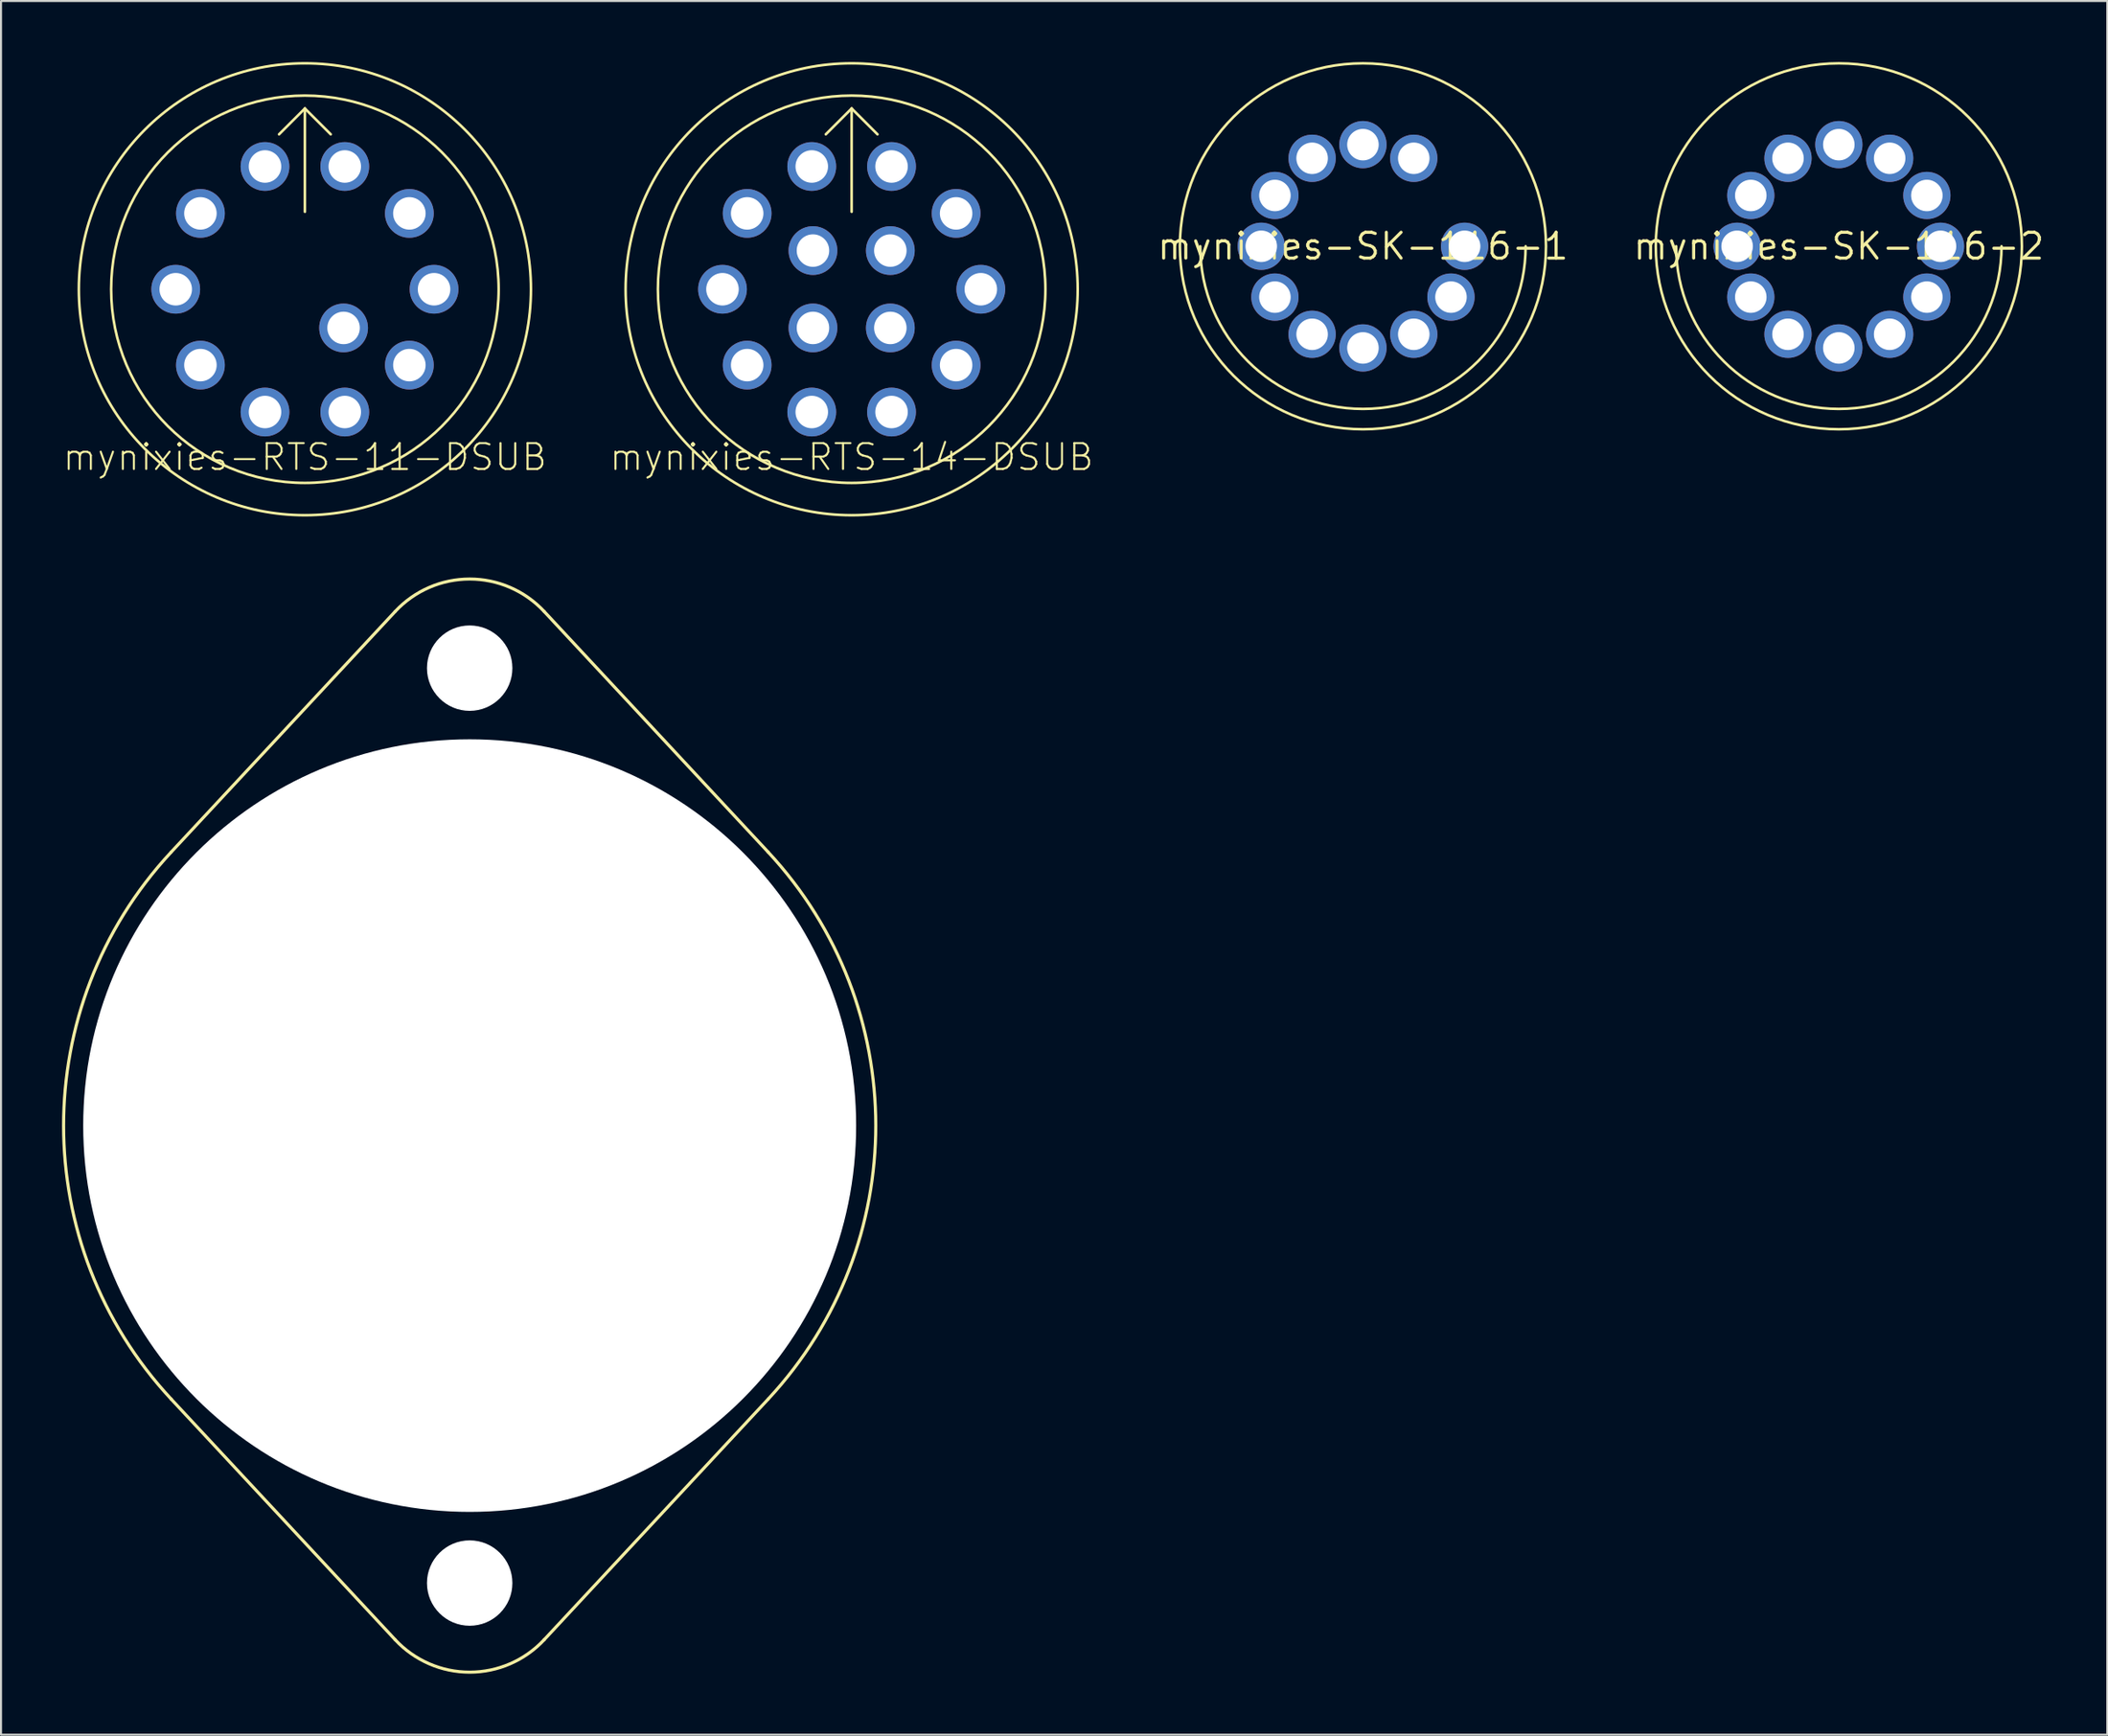
<source format=kicad_pcb>
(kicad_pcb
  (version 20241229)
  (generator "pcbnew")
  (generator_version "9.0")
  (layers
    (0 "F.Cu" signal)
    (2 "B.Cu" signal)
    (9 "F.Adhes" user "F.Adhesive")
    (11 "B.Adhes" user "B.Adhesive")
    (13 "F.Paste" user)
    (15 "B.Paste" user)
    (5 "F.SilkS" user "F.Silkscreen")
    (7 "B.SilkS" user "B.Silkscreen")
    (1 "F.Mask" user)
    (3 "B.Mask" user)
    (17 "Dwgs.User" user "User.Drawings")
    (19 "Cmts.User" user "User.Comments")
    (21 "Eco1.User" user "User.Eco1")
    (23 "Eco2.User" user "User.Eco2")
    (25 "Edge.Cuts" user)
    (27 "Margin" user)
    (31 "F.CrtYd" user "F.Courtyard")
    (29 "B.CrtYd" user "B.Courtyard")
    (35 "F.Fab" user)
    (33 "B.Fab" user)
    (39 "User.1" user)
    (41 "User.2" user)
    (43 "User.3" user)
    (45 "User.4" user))
  (footprint "mynixies-TBS-12P-SUPPORT"
    (layer "F.Cu")
    (at 20.04 52.31)
    (property "Reference" "mynixies-TBS-12P-SUPPORT" (at 0 0 0) (layer "F.SilkS") (effects (font (size 1.27 1.27) (thickness 0.15))))
    (attr exclude_from_pos_files exclude_from_bom)
    (fp_line (start -14.674 13.452) (end -3.66 25.288) (stroke (width 0.152) (type solid)) (layer "F.SilkS"))
    (fp_line (start -3.66 -25.288) (end -14.674 -13.452) (stroke (width 0.152) (type solid)) (layer "F.SilkS"))
    (fp_line (start 3.66 25.288) (end 14.674 13.452) (stroke (width 0.152) (type solid)) (layer "F.SilkS"))
    (fp_line (start 14.674 -13.452) (end 3.66 -25.288) (stroke (width 0.152) (type solid)) (layer "F.SilkS"))
    (fp_arc (start -14.67358 13.45184) (mid -19.963719 0.012405) (end -14.690469 -13.433665) (stroke (width 0.1524) (type solid)) (layer "F.SilkS"))
    (fp_arc (start -3.66014 -25.28824) (mid -0.000753 -26.881941) (end 3.659114 -25.289343) (stroke (width 0.1524) (type solid)) (layer "F.SilkS"))
    (fp_arc (start 3.66014 25.28824) (mid 0.000753 26.881941) (end -3.659114 25.289343) (stroke (width 0.1524) (type solid)) (layer "F.SilkS"))
    (fp_arc (start 14.67358 -13.45184) (mid 19.963719 -0.012405) (end 14.690469 13.433665) (stroke (width 0.1524) (type solid)) (layer "F.SilkS"))
    (pad "" np_thru_hole circle (at 0 -22.499) (size 4.199 4.199) (drill 4.199) (layers "*.Cu" "*.Mask"))
    (pad "" np_thru_hole circle (at 0 0) (size 37.998 37.998) (drill 37.998) (layers "*.Cu" "*.Mask"))
    (pad "" np_thru_hole circle (at 0 22.499) (size 4.199 4.199) (drill 4.199) (layers "*.Cu" "*.Mask")))
  (footprint "mynixies-RTS-11-DSUB"
    (layer "F.Cu")
    (at 11.939 11.176)
    (property "Reference" "mynixies-RTS-11-DSUB" (at 0 8.255 0) (layer "F.SilkS") (effects (font (size 1.27 1.27) (thickness 0.102))))
    (attr exclude_from_pos_files exclude_from_bom)
    (fp_line (start -1.27 -7.62) (end 0 -8.89) (stroke (width 0.127) (type solid)) (layer "F.SilkS"))
    (fp_line (start 0 -8.89) (end 1.27 -7.62) (stroke (width 0.127) (type solid)) (layer "F.SilkS"))
    (fp_line (start 0 -3.81) (end 0 -8.89) (stroke (width 0.127) (type solid)) (layer "F.SilkS"))
    (fp_circle (center 0 0) (end 0 -11.113) (stroke (width 0.127) (type solid)) (fill no) (layer "F.SilkS"))
    (fp_circle (center 0 0) (end 0 -9.525) (stroke (width 0.127) (type solid)) (fill no) (layer "F.SilkS"))
    (pad "1" thru_hole circle (at -1.961 -6.038) (size 2.398 2.398) (drill 1.598) (layers "*.Cu" "*.Mask"))
    (pad "2" thru_hole circle (at -5.136 -3.731) (size 2.398 2.398) (drill 1.598) (layers "*.Cu" "*.Mask"))
    (pad "3" thru_hole circle (at -6.35 0) (size 2.398 2.398) (drill 1.598) (layers "*.Cu" "*.Mask"))
    (pad "4" thru_hole circle (at -5.136 3.731) (size 2.398 2.398) (drill 1.598) (layers "*.Cu" "*.Mask"))
    (pad "5" thru_hole circle (at -1.961 6.038) (size 2.398 2.398) (drill 1.598) (layers "*.Cu" "*.Mask"))
    (pad "6" thru_hole circle (at 1.961 6.038) (size 2.398 2.398) (drill 1.598) (layers "*.Cu" "*.Mask"))
    (pad "7" thru_hole circle (at 5.136 3.731) (size 2.398 2.398) (drill 1.598) (layers "*.Cu" "*.Mask"))
    (pad "8" thru_hole circle (at 6.35 0) (size 2.398 2.398) (drill 1.598) (layers "*.Cu" "*.Mask"))
    (pad "9" thru_hole circle (at 5.136 -3.731) (size 2.398 2.398) (drill 1.598) (layers "*.Cu" "*.Mask"))
    (pad "10" thru_hole circle (at 1.961 -6.038) (size 2.398 2.398) (drill 1.598) (layers "*.Cu" "*.Mask"))
    (pad "13" thru_hole circle (at 1.902 1.902) (size 2.398 2.398) (drill 1.598) (layers "*.Cu" "*.Mask")))
  (footprint "mynixies-SK-116-1"
    (layer "F.Cu")
    (at 63.954 9.063)
    (property "Reference" "mynixies-SK-116-1" (at 0 0 0) (layer "F.SilkS") (effects (font (size 1.27 1.27) (thickness 0.15))))
    (attr exclude_from_pos_files exclude_from_bom)
    (fp_arc (start 7.99846 0) (mid 0 7.99846) (end -7.99846 0) (stroke (width 0.127) (type solid)) (layer "F.SilkS"))
    (fp_circle (center 0 0) (end 0 -8.999) (stroke (width 0.127) (type solid)) (fill no) (layer "F.SilkS"))
    (pad "P$1" thru_hole circle (at 4.999 0) (size 2.324 2.324) (drill 1.549) (layers "*.Cu" "*.Mask"))
    (pad "P$3" thru_hole circle (at 2.499 -4.328) (size 2.324 2.324) (drill 1.549) (layers "*.Cu" "*.Mask"))
    (pad "P$4" thru_hole circle (at 0 -4.999) (size 2.324 2.324) (drill 1.549) (layers "*.Cu" "*.Mask"))
    (pad "P$5" thru_hole circle (at -2.499 -4.328) (size 2.324 2.324) (drill 1.549) (layers "*.Cu" "*.Mask"))
    (pad "P$6" thru_hole circle (at -4.328 -2.499) (size 2.324 2.324) (drill 1.549) (layers "*.Cu" "*.Mask"))
    (pad "P$7" thru_hole circle (at -4.999 0) (size 2.324 2.324) (drill 1.549) (layers "*.Cu" "*.Mask"))
    (pad "P$8" thru_hole circle (at -4.328 2.499) (size 2.324 2.324) (drill 1.549) (layers "*.Cu" "*.Mask"))
    (pad "P$9" thru_hole circle (at -2.499 4.328) (size 2.324 2.324) (drill 1.549) (layers "*.Cu" "*.Mask"))
    (pad "P$10" thru_hole circle (at 0 4.999) (size 2.324 2.324) (drill 1.549) (layers "*.Cu" "*.Mask"))
    (pad "P$11" thru_hole circle (at 2.499 4.328) (size 2.324 2.324) (drill 1.549) (layers "*.Cu" "*.Mask"))
    (pad "P$12" thru_hole circle (at 4.328 2.499) (size 2.324 2.324) (drill 1.549) (layers "*.Cu" "*.Mask")))
  (footprint "mynixies-RTS-14-DSUB"
    (layer "F.Cu")
    (at 38.818 11.176)
    (property "Reference" "mynixies-RTS-14-DSUB" (at 0 8.255 0) (layer "F.SilkS") (effects (font (size 1.27 1.27) (thickness 0.102))))
    (attr exclude_from_pos_files exclude_from_bom)
    (fp_line (start -1.27 -7.62) (end 0 -8.89) (stroke (width 0.127) (type solid)) (layer "F.SilkS"))
    (fp_line (start 0 -8.89) (end 1.27 -7.62) (stroke (width 0.127) (type solid)) (layer "F.SilkS"))
    (fp_line (start 0 -3.81) (end 0 -8.89) (stroke (width 0.127) (type solid)) (layer "F.SilkS"))
    (fp_circle (center 0 0) (end 0 -11.113) (stroke (width 0.127) (type solid)) (fill no) (layer "F.SilkS"))
    (fp_circle (center 0 0) (end 0 -9.525) (stroke (width 0.127) (type solid)) (fill no) (layer "F.SilkS"))
    (pad "1" thru_hole circle (at -1.961 -6.038) (size 2.398 2.398) (drill 1.598) (layers "*.Cu" "*.Mask"))
    (pad "2" thru_hole circle (at -5.136 -3.731) (size 2.398 2.398) (drill 1.598) (layers "*.Cu" "*.Mask"))
    (pad "3" thru_hole circle (at -6.35 0) (size 2.398 2.398) (drill 1.598) (layers "*.Cu" "*.Mask"))
    (pad "4" thru_hole circle (at -5.136 3.731) (size 2.398 2.398) (drill 1.598) (layers "*.Cu" "*.Mask"))
    (pad "5" thru_hole circle (at -1.961 6.038) (size 2.398 2.398) (drill 1.598) (layers "*.Cu" "*.Mask"))
    (pad "6" thru_hole circle (at 1.961 6.038) (size 2.398 2.398) (drill 1.598) (layers "*.Cu" "*.Mask"))
    (pad "7" thru_hole circle (at 5.136 3.731) (size 2.398 2.398) (drill 1.598) (layers "*.Cu" "*.Mask"))
    (pad "8" thru_hole circle (at 6.35 0) (size 2.398 2.398) (drill 1.598) (layers "*.Cu" "*.Mask"))
    (pad "9" thru_hole circle (at 5.136 -3.731) (size 2.398 2.398) (drill 1.598) (layers "*.Cu" "*.Mask"))
    (pad "10" thru_hole circle (at 1.961 -6.038) (size 2.398 2.398) (drill 1.598) (layers "*.Cu" "*.Mask"))
    (pad "11" thru_hole circle (at -1.902 -1.902) (size 2.398 2.398) (drill 1.598) (layers "*.Cu" "*.Mask"))
    (pad "12" thru_hole circle (at -1.902 1.902) (size 2.398 2.398) (drill 1.598) (layers "*.Cu" "*.Mask"))
    (pad "13" thru_hole circle (at 1.902 1.902) (size 2.398 2.398) (drill 1.598) (layers "*.Cu" "*.Mask"))
    (pad "14" thru_hole circle (at 1.902 -1.902) (size 2.398 2.398) (drill 1.598) (layers "*.Cu" "*.Mask")))
  (footprint "mynixies-SK-116-2"
    (layer "F.Cu")
    (at 87.349 9.063)
    (property "Reference" "mynixies-SK-116-2" (at 0 0 0) (layer "F.SilkS") (effects (font (size 1.27 1.27) (thickness 0.15))))
    (attr exclude_from_pos_files exclude_from_bom)
    (fp_arc (start 7.99846 0) (mid 0 7.99846) (end -7.99846 0) (stroke (width 0.127) (type solid)) (layer "F.SilkS"))
    (fp_circle (center 0 0) (end 0 -8.999) (stroke (width 0.127) (type solid)) (fill no) (layer "F.SilkS"))
    (pad "P$1" thru_hole circle (at 4.999 0) (size 2.324 2.324) (drill 1.549) (layers "*.Cu" "*.Mask"))
    (pad "P$2" thru_hole circle (at 4.328 -2.499) (size 2.324 2.324) (drill 1.549) (layers "*.Cu" "*.Mask"))
    (pad "P$3" thru_hole circle (at 2.499 -4.328) (size 2.324 2.324) (drill 1.549) (layers "*.Cu" "*.Mask"))
    (pad "P$4" thru_hole circle (at 0 -4.999) (size 2.324 2.324) (drill 1.549) (layers "*.Cu" "*.Mask"))
    (pad "P$5" thru_hole circle (at -2.499 -4.328) (size 2.324 2.324) (drill 1.549) (layers "*.Cu" "*.Mask"))
    (pad "P$6" thru_hole circle (at -4.328 -2.499) (size 2.324 2.324) (drill 1.549) (layers "*.Cu" "*.Mask"))
    (pad "P$7" thru_hole circle (at -4.999 0) (size 2.324 2.324) (drill 1.549) (layers "*.Cu" "*.Mask"))
    (pad "P$8" thru_hole circle (at -4.328 2.499) (size 2.324 2.324) (drill 1.549) (layers "*.Cu" "*.Mask"))
    (pad "P$9" thru_hole circle (at -2.499 4.328) (size 2.324 2.324) (drill 1.549) (layers "*.Cu" "*.Mask"))
    (pad "P$10" thru_hole circle (at 0 4.999) (size 2.324 2.324) (drill 1.549) (layers "*.Cu" "*.Mask"))
    (pad "P$11" thru_hole circle (at 2.499 4.328) (size 2.324 2.324) (drill 1.549) (layers "*.Cu" "*.Mask"))
    (pad "P$12" thru_hole circle (at 4.328 2.499) (size 2.324 2.324) (drill 1.549) (layers "*.Cu" "*.Mask")))
  (gr_rect
    (start -3 -3)
    (end 100.547 82.268)
    (stroke (width 0.1) (type default))
    (fill no)
    (layer "Edge.Cuts")))
</source>
